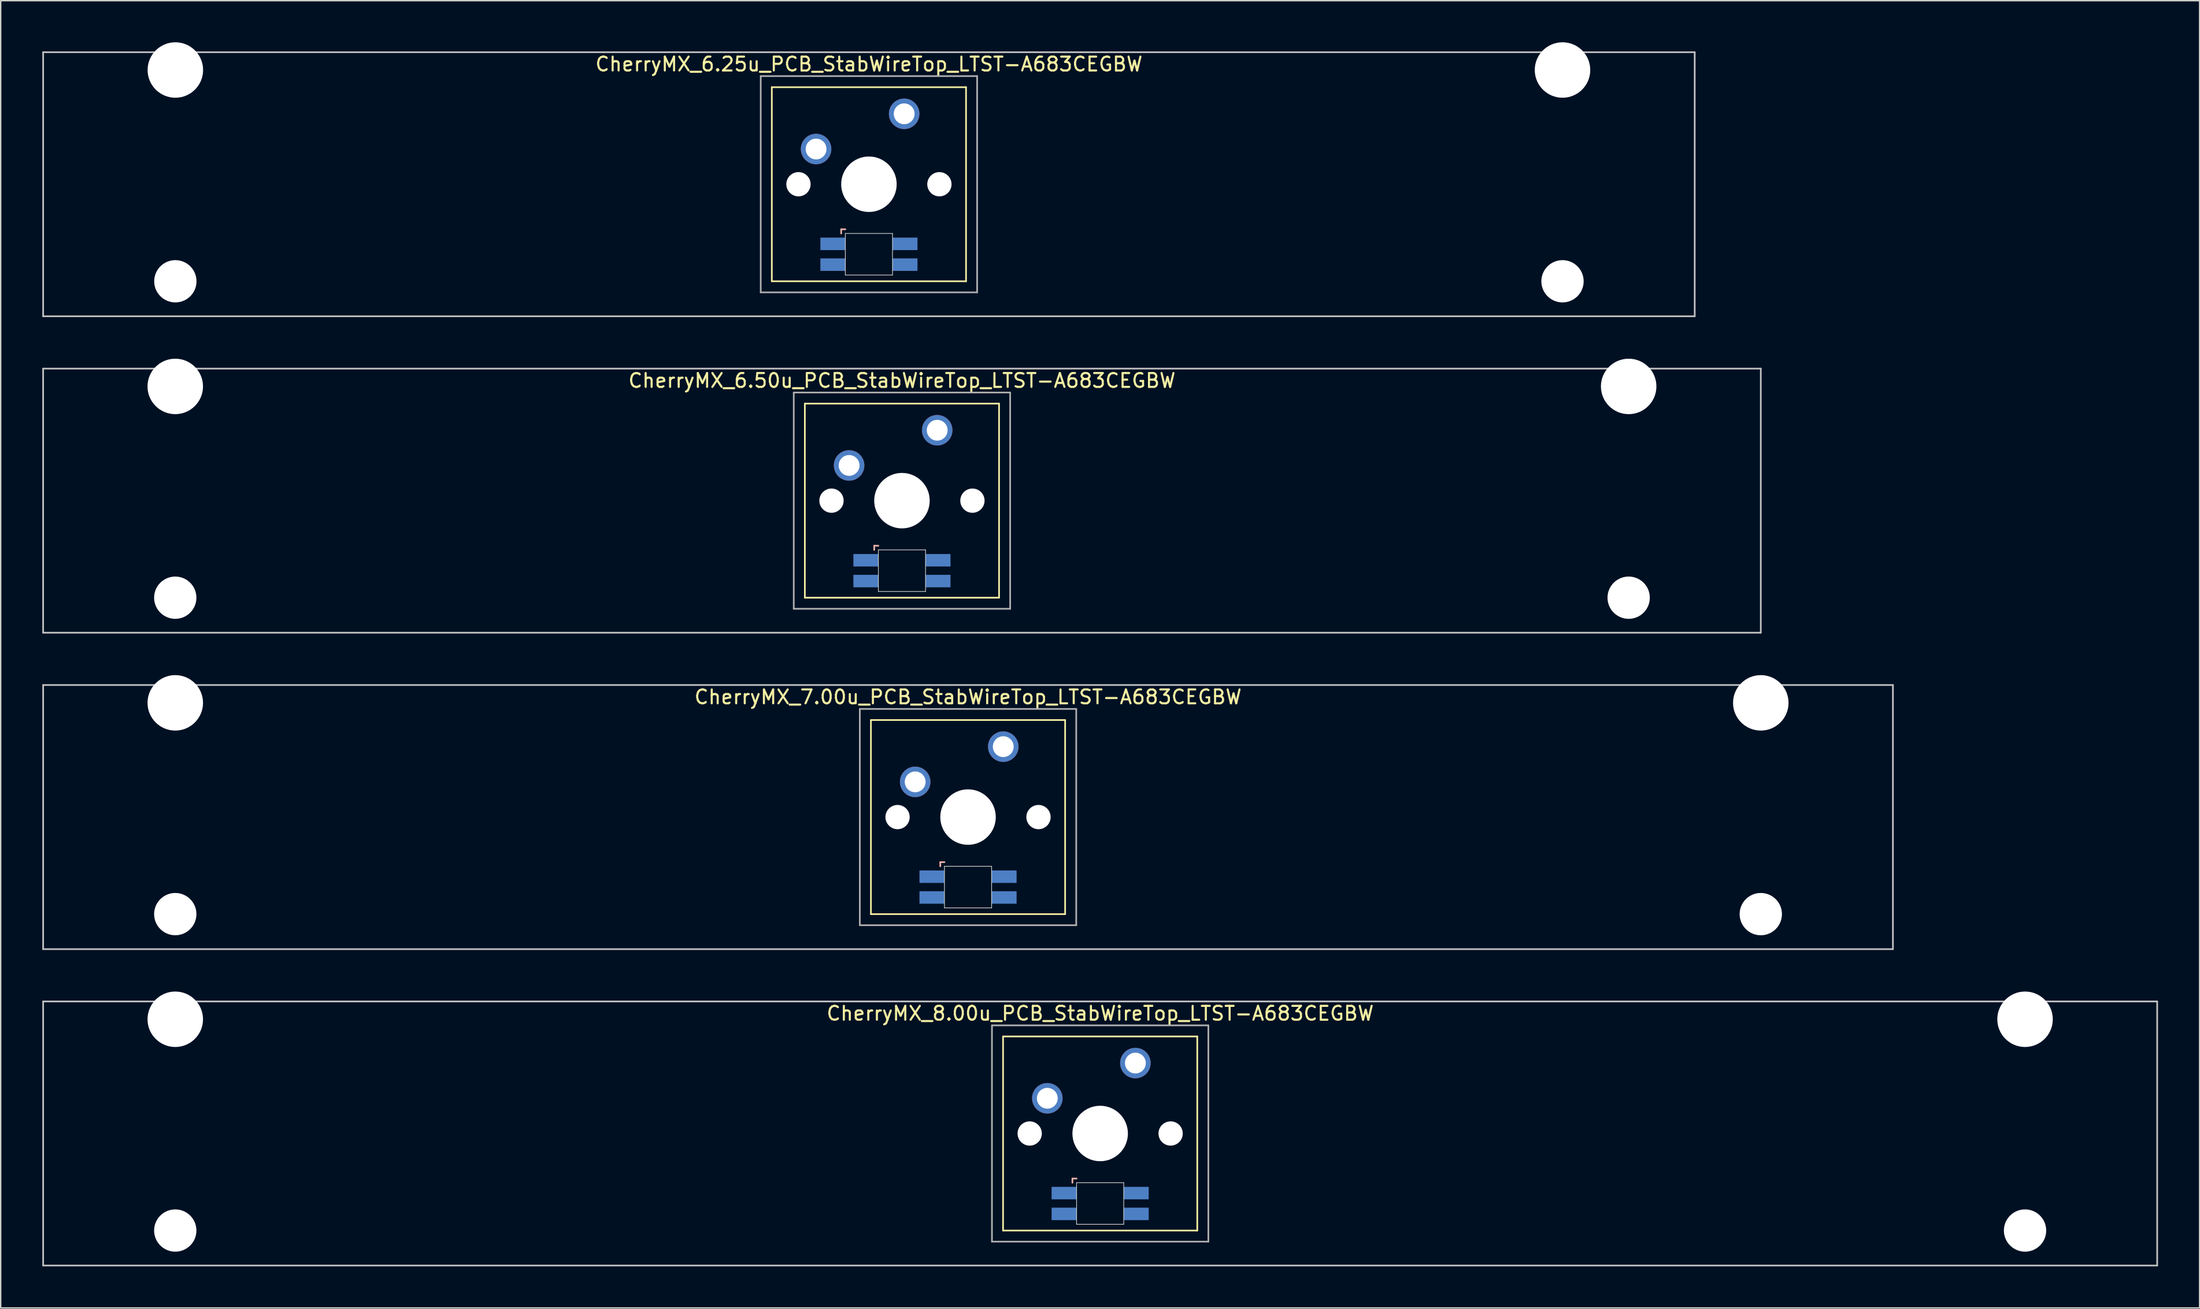
<source format=kicad_pcb>
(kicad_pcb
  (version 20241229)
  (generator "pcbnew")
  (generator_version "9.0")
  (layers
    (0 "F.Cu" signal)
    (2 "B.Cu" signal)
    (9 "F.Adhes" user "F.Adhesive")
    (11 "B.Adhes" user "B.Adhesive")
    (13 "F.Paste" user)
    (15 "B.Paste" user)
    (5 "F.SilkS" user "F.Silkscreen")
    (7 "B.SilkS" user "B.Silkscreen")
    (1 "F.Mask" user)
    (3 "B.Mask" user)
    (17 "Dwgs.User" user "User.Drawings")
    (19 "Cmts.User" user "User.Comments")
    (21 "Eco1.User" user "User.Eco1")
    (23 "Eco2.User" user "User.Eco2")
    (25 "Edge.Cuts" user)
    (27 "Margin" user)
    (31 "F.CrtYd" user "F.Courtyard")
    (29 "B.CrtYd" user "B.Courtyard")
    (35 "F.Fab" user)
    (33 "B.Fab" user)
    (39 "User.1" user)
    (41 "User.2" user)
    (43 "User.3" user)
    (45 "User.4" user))
  (footprint "CherryMX_6.50u_PCB_StabWireTop_LTST-A683CEGBW"
    (layer "F.Cu")
    (at 61.972 33.065)
    (property "Reference" "CherryMX_6.50u_PCB_StabWireTop_LTST-A683CEGBW" (at 0 -8.662 0) (layer "F.SilkS") (effects (font (size 1 1) (thickness 0.15))))
    (attr through_hole)
    (fp_line (start -7 -7) (end -7 7) (stroke (width 0.12) (type solid)) (layer "F.SilkS"))
    (fp_line (start -7 -7) (end 7 -7) (stroke (width 0.12) (type solid)) (layer "F.SilkS"))
    (fp_line (start 7 -7) (end 7 7) (stroke (width 0.12) (type solid)) (layer "F.SilkS"))
    (fp_line (start 7 7) (end -7 7) (stroke (width 0.12) (type solid)) (layer "F.SilkS"))
    (fp_line (start -2 3.25) (end -2 3.55) (stroke (width 0.12) (type solid)) (layer "B.SilkS"))
    (fp_line (start -1.7 3.25) (end -2 3.25) (stroke (width 0.12) (type solid)) (layer "B.SilkS"))
    (fp_line (start -61.913 -9.525) (end 61.913 -9.525) (stroke (width 0.12) (type solid)) (layer "Dwgs.User"))
    (fp_line (start -61.913 9.525) (end -61.913 -9.525) (stroke (width 0.12) (type solid)) (layer "Dwgs.User"))
    (fp_line (start 61.913 -9.525) (end 61.913 9.525) (stroke (width 0.12) (type solid)) (layer "Dwgs.User"))
    (fp_line (start 61.913 9.525) (end -61.913 9.525) (stroke (width 0.12) (type solid)) (layer "Dwgs.User"))
    (fp_line (start -1.7 3.55) (end 1.7 3.55) (stroke (width 0.05) (type solid)) (layer "Edge.Cuts"))
    (fp_line (start -1.7 6.55) (end -1.7 3.55) (stroke (width 0.05) (type solid)) (layer "Edge.Cuts"))
    (fp_line (start 1.7 3.55) (end 1.7 6.55) (stroke (width 0.05) (type solid)) (layer "Edge.Cuts"))
    (fp_line (start 1.7 6.55) (end -1.7 6.55) (stroke (width 0.05) (type solid)) (layer "Edge.Cuts"))
    (fp_line (start -7.8 -7.8) (end -7.8 7.8) (stroke (width 0.12) (type solid)) (layer "F.Fab"))
    (fp_line (start -7.8 -7.8) (end 7.8 -7.8) (stroke (width 0.12) (type solid)) (layer "F.Fab"))
    (fp_line (start -7.8 7.8) (end 7.8 7.8) (stroke (width 0.12) (type solid)) (layer "F.Fab"))
    (fp_line (start 7.8 -7.8) (end 7.8 7.8) (stroke (width 0.12) (type solid)) (layer "F.Fab"))
    (pad "" np_thru_hole circle (at -52.388 -8.24) (size 4 4) (drill 4) (layers "*.Cu" "*.Mask"))
    (pad "" np_thru_hole circle (at -52.388 7) (size 3.05 3.05) (drill 3.05) (layers "*.Cu" "*.Mask"))
    (pad "" np_thru_hole circle (at -5.08 0) (size 1.75 1.75) (drill 1.75) (layers "*.Cu" "*.Mask"))
    (pad "" np_thru_hole circle (at 0 0) (size 4 4) (drill 4) (layers "*.Cu" "*.Mask"))
    (pad "" np_thru_hole circle (at 5.08 0) (size 1.75 1.75) (drill 1.75) (layers "*.Cu" "*.Mask"))
    (pad "" np_thru_hole circle (at 52.388 -8.24) (size 4 4) (drill 4) (layers "*.Cu" "*.Mask"))
    (pad "" np_thru_hole circle (at 52.388 7) (size 3.05 3.05) (drill 3.05) (layers "*.Cu" "*.Mask"))
    (pad "1" thru_hole circle (at -3.81 -2.54) (size 2.2 2.2) (drill 1.5) (layers "*.Cu" "*.Mask"))
    (pad "2" thru_hole circle (at 2.54 -5.08) (size 2.2 2.2) (drill 1.5) (layers "*.Cu" "*.Mask"))
    (pad "3" smd rect (at -2.6 4.3) (size 1.8 0.9) (layers "B.Cu" "B.Mask" "B.Paste"))
    (pad "4" smd rect (at -2.6 5.8) (size 1.8 0.9) (layers "B.Cu" "B.Mask" "B.Paste"))
    (pad "5" smd rect (at 2.6 4.3) (size 1.8 0.9) (layers "B.Cu" "B.Mask" "B.Paste"))
    (pad "6" smd rect (at 2.6 5.8) (size 1.8 0.9) (layers "B.Cu" "B.Mask" "B.Paste")))
  (footprint "CherryMX_8.00u_PCB_StabWireTop_LTST-A683CEGBW"
    (layer "F.Cu")
    (at 76.26 78.715)
    (property "Reference" "CherryMX_8.00u_PCB_StabWireTop_LTST-A683CEGBW" (at 0 -8.662 0) (layer "F.SilkS") (effects (font (size 1 1) (thickness 0.15))))
    (attr through_hole)
    (fp_line (start -7 -7) (end -7 7) (stroke (width 0.12) (type solid)) (layer "F.SilkS"))
    (fp_line (start -7 -7) (end 7 -7) (stroke (width 0.12) (type solid)) (layer "F.SilkS"))
    (fp_line (start 7 -7) (end 7 7) (stroke (width 0.12) (type solid)) (layer "F.SilkS"))
    (fp_line (start 7 7) (end -7 7) (stroke (width 0.12) (type solid)) (layer "F.SilkS"))
    (fp_line (start -2 3.25) (end -2 3.55) (stroke (width 0.12) (type solid)) (layer "B.SilkS"))
    (fp_line (start -1.7 3.25) (end -2 3.25) (stroke (width 0.12) (type solid)) (layer "B.SilkS"))
    (fp_line (start -76.2 -9.525) (end 76.2 -9.525) (stroke (width 0.12) (type solid)) (layer "Dwgs.User"))
    (fp_line (start -76.2 9.525) (end -76.2 -9.525) (stroke (width 0.12) (type solid)) (layer "Dwgs.User"))
    (fp_line (start 76.2 -9.525) (end 76.2 9.525) (stroke (width 0.12) (type solid)) (layer "Dwgs.User"))
    (fp_line (start 76.2 9.525) (end -76.2 9.525) (stroke (width 0.12) (type solid)) (layer "Dwgs.User"))
    (fp_line (start -1.7 3.55) (end 1.7 3.55) (stroke (width 0.05) (type solid)) (layer "Edge.Cuts"))
    (fp_line (start -1.7 6.55) (end -1.7 3.55) (stroke (width 0.05) (type solid)) (layer "Edge.Cuts"))
    (fp_line (start 1.7 3.55) (end 1.7 6.55) (stroke (width 0.05) (type solid)) (layer "Edge.Cuts"))
    (fp_line (start 1.7 6.55) (end -1.7 6.55) (stroke (width 0.05) (type solid)) (layer "Edge.Cuts"))
    (fp_line (start -7.8 -7.8) (end -7.8 7.8) (stroke (width 0.12) (type solid)) (layer "F.Fab"))
    (fp_line (start -7.8 -7.8) (end 7.8 -7.8) (stroke (width 0.12) (type solid)) (layer "F.Fab"))
    (fp_line (start -7.8 7.8) (end 7.8 7.8) (stroke (width 0.12) (type solid)) (layer "F.Fab"))
    (fp_line (start 7.8 -7.8) (end 7.8 7.8) (stroke (width 0.12) (type solid)) (layer "F.Fab"))
    (pad "" np_thru_hole circle (at -66.675 -8.24) (size 4 4) (drill 4) (layers "*.Cu" "*.Mask"))
    (pad "" np_thru_hole circle (at -66.675 7) (size 3.05 3.05) (drill 3.05) (layers "*.Cu" "*.Mask"))
    (pad "" np_thru_hole circle (at -5.08 0) (size 1.75 1.75) (drill 1.75) (layers "*.Cu" "*.Mask"))
    (pad "" np_thru_hole circle (at 0 0) (size 4 4) (drill 4) (layers "*.Cu" "*.Mask"))
    (pad "" np_thru_hole circle (at 5.08 0) (size 1.75 1.75) (drill 1.75) (layers "*.Cu" "*.Mask"))
    (pad "" np_thru_hole circle (at 66.675 -8.24) (size 4 4) (drill 4) (layers "*.Cu" "*.Mask"))
    (pad "" np_thru_hole circle (at 66.675 7) (size 3.05 3.05) (drill 3.05) (layers "*.Cu" "*.Mask"))
    (pad "1" thru_hole circle (at -3.81 -2.54) (size 2.2 2.2) (drill 1.5) (layers "*.Cu" "*.Mask"))
    (pad "2" thru_hole circle (at 2.54 -5.08) (size 2.2 2.2) (drill 1.5) (layers "*.Cu" "*.Mask"))
    (pad "3" smd rect (at -2.6 4.3) (size 1.8 0.9) (layers "B.Cu" "B.Mask" "B.Paste"))
    (pad "4" smd rect (at -2.6 5.8) (size 1.8 0.9) (layers "B.Cu" "B.Mask" "B.Paste"))
    (pad "5" smd rect (at 2.6 4.3) (size 1.8 0.9) (layers "B.Cu" "B.Mask" "B.Paste"))
    (pad "6" smd rect (at 2.6 5.8) (size 1.8 0.9) (layers "B.Cu" "B.Mask" "B.Paste")))
  (footprint "CherryMX_7.00u_PCB_StabWireTop_LTST-A683CEGBW"
    (layer "F.Cu")
    (at 66.735 55.89)
    (property "Reference" "CherryMX_7.00u_PCB_StabWireTop_LTST-A683CEGBW" (at 0 -8.662 0) (layer "F.SilkS") (effects (font (size 1 1) (thickness 0.15))))
    (attr through_hole)
    (fp_line (start -7 -7) (end -7 7) (stroke (width 0.12) (type solid)) (layer "F.SilkS"))
    (fp_line (start -7 -7) (end 7 -7) (stroke (width 0.12) (type solid)) (layer "F.SilkS"))
    (fp_line (start 7 -7) (end 7 7) (stroke (width 0.12) (type solid)) (layer "F.SilkS"))
    (fp_line (start 7 7) (end -7 7) (stroke (width 0.12) (type solid)) (layer "F.SilkS"))
    (fp_line (start -2 3.25) (end -2 3.55) (stroke (width 0.12) (type solid)) (layer "B.SilkS"))
    (fp_line (start -1.7 3.25) (end -2 3.25) (stroke (width 0.12) (type solid)) (layer "B.SilkS"))
    (fp_line (start -66.675 -9.525) (end 66.675 -9.525) (stroke (width 0.12) (type solid)) (layer "Dwgs.User"))
    (fp_line (start -66.675 9.525) (end -66.675 -9.525) (stroke (width 0.12) (type solid)) (layer "Dwgs.User"))
    (fp_line (start 66.675 -9.525) (end 66.675 9.525) (stroke (width 0.12) (type solid)) (layer "Dwgs.User"))
    (fp_line (start 66.675 9.525) (end -66.675 9.525) (stroke (width 0.12) (type solid)) (layer "Dwgs.User"))
    (fp_line (start -1.7 3.55) (end 1.7 3.55) (stroke (width 0.05) (type solid)) (layer "Edge.Cuts"))
    (fp_line (start -1.7 6.55) (end -1.7 3.55) (stroke (width 0.05) (type solid)) (layer "Edge.Cuts"))
    (fp_line (start 1.7 3.55) (end 1.7 6.55) (stroke (width 0.05) (type solid)) (layer "Edge.Cuts"))
    (fp_line (start 1.7 6.55) (end -1.7 6.55) (stroke (width 0.05) (type solid)) (layer "Edge.Cuts"))
    (fp_line (start -7.8 -7.8) (end -7.8 7.8) (stroke (width 0.12) (type solid)) (layer "F.Fab"))
    (fp_line (start -7.8 -7.8) (end 7.8 -7.8) (stroke (width 0.12) (type solid)) (layer "F.Fab"))
    (fp_line (start -7.8 7.8) (end 7.8 7.8) (stroke (width 0.12) (type solid)) (layer "F.Fab"))
    (fp_line (start 7.8 -7.8) (end 7.8 7.8) (stroke (width 0.12) (type solid)) (layer "F.Fab"))
    (pad "" np_thru_hole circle (at -57.15 -8.24) (size 4 4) (drill 4) (layers "*.Cu" "*.Mask"))
    (pad "" np_thru_hole circle (at -57.15 7) (size 3.05 3.05) (drill 3.05) (layers "*.Cu" "*.Mask"))
    (pad "" np_thru_hole circle (at -5.08 0) (size 1.75 1.75) (drill 1.75) (layers "*.Cu" "*.Mask"))
    (pad "" np_thru_hole circle (at 0 0) (size 4 4) (drill 4) (layers "*.Cu" "*.Mask"))
    (pad "" np_thru_hole circle (at 5.08 0) (size 1.75 1.75) (drill 1.75) (layers "*.Cu" "*.Mask"))
    (pad "" np_thru_hole circle (at 57.15 -8.24) (size 4 4) (drill 4) (layers "*.Cu" "*.Mask"))
    (pad "" np_thru_hole circle (at 57.15 7) (size 3.05 3.05) (drill 3.05) (layers "*.Cu" "*.Mask"))
    (pad "1" thru_hole circle (at -3.81 -2.54) (size 2.2 2.2) (drill 1.5) (layers "*.Cu" "*.Mask"))
    (pad "2" thru_hole circle (at 2.54 -5.08) (size 2.2 2.2) (drill 1.5) (layers "*.Cu" "*.Mask"))
    (pad "3" smd rect (at -2.6 4.3) (size 1.8 0.9) (layers "B.Cu" "B.Mask" "B.Paste"))
    (pad "4" smd rect (at -2.6 5.8) (size 1.8 0.9) (layers "B.Cu" "B.Mask" "B.Paste"))
    (pad "5" smd rect (at 2.6 4.3) (size 1.8 0.9) (layers "B.Cu" "B.Mask" "B.Paste"))
    (pad "6" smd rect (at 2.6 5.8) (size 1.8 0.9) (layers "B.Cu" "B.Mask" "B.Paste")))
  (footprint "CherryMX_6.25u_PCB_StabWireTop_LTST-A683CEGBW"
    (layer "F.Cu")
    (at 59.591 10.24)
    (property "Reference" "CherryMX_6.25u_PCB_StabWireTop_LTST-A683CEGBW" (at 0 -8.662 0) (layer "F.SilkS") (effects (font (size 1 1) (thickness 0.15))))
    (attr through_hole)
    (fp_line (start -7 -7) (end -7 7) (stroke (width 0.12) (type solid)) (layer "F.SilkS"))
    (fp_line (start -7 -7) (end 7 -7) (stroke (width 0.12) (type solid)) (layer "F.SilkS"))
    (fp_line (start 7 -7) (end 7 7) (stroke (width 0.12) (type solid)) (layer "F.SilkS"))
    (fp_line (start 7 7) (end -7 7) (stroke (width 0.12) (type solid)) (layer "F.SilkS"))
    (fp_line (start -2 3.25) (end -2 3.55) (stroke (width 0.12) (type solid)) (layer "B.SilkS"))
    (fp_line (start -1.7 3.25) (end -2 3.25) (stroke (width 0.12) (type solid)) (layer "B.SilkS"))
    (fp_line (start -59.531 -9.525) (end 59.531 -9.525) (stroke (width 0.12) (type solid)) (layer "Dwgs.User"))
    (fp_line (start -59.531 9.525) (end -59.531 -9.525) (stroke (width 0.12) (type solid)) (layer "Dwgs.User"))
    (fp_line (start 59.531 -9.525) (end 59.531 9.525) (stroke (width 0.12) (type solid)) (layer "Dwgs.User"))
    (fp_line (start 59.531 9.525) (end -59.531 9.525) (stroke (width 0.12) (type solid)) (layer "Dwgs.User"))
    (fp_line (start -1.7 3.55) (end 1.7 3.55) (stroke (width 0.05) (type solid)) (layer "Edge.Cuts"))
    (fp_line (start -1.7 6.55) (end -1.7 3.55) (stroke (width 0.05) (type solid)) (layer "Edge.Cuts"))
    (fp_line (start 1.7 3.55) (end 1.7 6.55) (stroke (width 0.05) (type solid)) (layer "Edge.Cuts"))
    (fp_line (start 1.7 6.55) (end -1.7 6.55) (stroke (width 0.05) (type solid)) (layer "Edge.Cuts"))
    (fp_line (start -7.8 -7.8) (end -7.8 7.8) (stroke (width 0.12) (type solid)) (layer "F.Fab"))
    (fp_line (start -7.8 -7.8) (end 7.8 -7.8) (stroke (width 0.12) (type solid)) (layer "F.Fab"))
    (fp_line (start -7.8 7.8) (end 7.8 7.8) (stroke (width 0.12) (type solid)) (layer "F.Fab"))
    (fp_line (start 7.8 -7.8) (end 7.8 7.8) (stroke (width 0.12) (type solid)) (layer "F.Fab"))
    (pad "" np_thru_hole circle (at -50 -8.24) (size 4 4) (drill 4) (layers "*.Cu" "*.Mask"))
    (pad "" np_thru_hole circle (at -50 7) (size 3.05 3.05) (drill 3.05) (layers "*.Cu" "*.Mask"))
    (pad "" np_thru_hole circle (at -5.08 0) (size 1.75 1.75) (drill 1.75) (layers "*.Cu" "*.Mask"))
    (pad "" np_thru_hole circle (at 0 0) (size 4 4) (drill 4) (layers "*.Cu" "*.Mask"))
    (pad "" np_thru_hole circle (at 5.08 0) (size 1.75 1.75) (drill 1.75) (layers "*.Cu" "*.Mask"))
    (pad "" np_thru_hole circle (at 50 -8.24) (size 4 4) (drill 4) (layers "*.Cu" "*.Mask"))
    (pad "" np_thru_hole circle (at 50 7) (size 3.05 3.05) (drill 3.05) (layers "*.Cu" "*.Mask"))
    (pad "1" thru_hole circle (at -3.81 -2.54) (size 2.2 2.2) (drill 1.5) (layers "*.Cu" "*.Mask"))
    (pad "2" thru_hole circle (at 2.54 -5.08) (size 2.2 2.2) (drill 1.5) (layers "*.Cu" "*.Mask"))
    (pad "3" smd rect (at -2.6 4.3) (size 1.8 0.9) (layers "B.Cu" "B.Mask" "B.Paste"))
    (pad "4" smd rect (at -2.6 5.8) (size 1.8 0.9) (layers "B.Cu" "B.Mask" "B.Paste"))
    (pad "5" smd rect (at 2.6 4.3) (size 1.8 0.9) (layers "B.Cu" "B.Mask" "B.Paste"))
    (pad "6" smd rect (at 2.6 5.8) (size 1.8 0.9) (layers "B.Cu" "B.Mask" "B.Paste")))
  (gr_rect
    (start -3 -3)
    (end 155.52 91.3)
    (stroke (width 0.1) (type default))
    (fill no)
    (layer "Edge.Cuts")))
</source>
